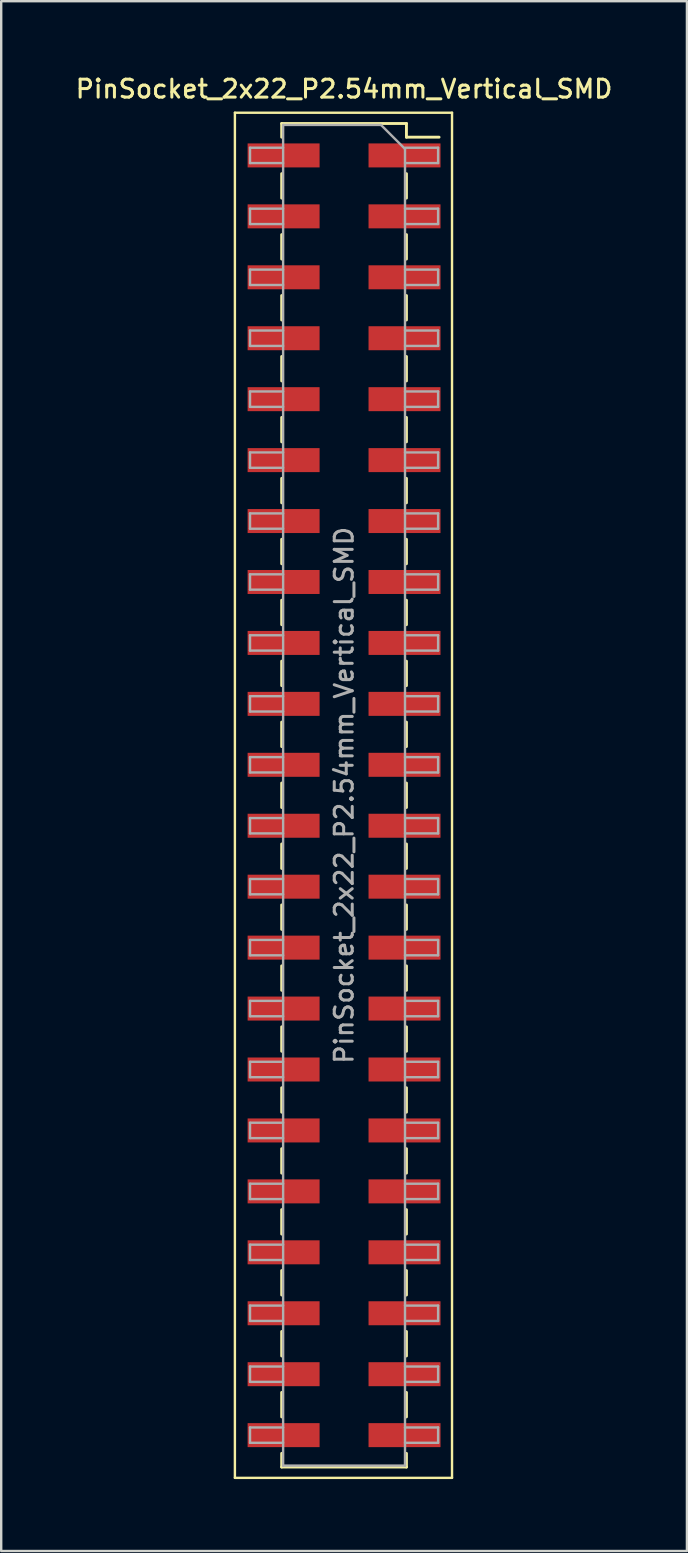
<source format=kicad_pcb>
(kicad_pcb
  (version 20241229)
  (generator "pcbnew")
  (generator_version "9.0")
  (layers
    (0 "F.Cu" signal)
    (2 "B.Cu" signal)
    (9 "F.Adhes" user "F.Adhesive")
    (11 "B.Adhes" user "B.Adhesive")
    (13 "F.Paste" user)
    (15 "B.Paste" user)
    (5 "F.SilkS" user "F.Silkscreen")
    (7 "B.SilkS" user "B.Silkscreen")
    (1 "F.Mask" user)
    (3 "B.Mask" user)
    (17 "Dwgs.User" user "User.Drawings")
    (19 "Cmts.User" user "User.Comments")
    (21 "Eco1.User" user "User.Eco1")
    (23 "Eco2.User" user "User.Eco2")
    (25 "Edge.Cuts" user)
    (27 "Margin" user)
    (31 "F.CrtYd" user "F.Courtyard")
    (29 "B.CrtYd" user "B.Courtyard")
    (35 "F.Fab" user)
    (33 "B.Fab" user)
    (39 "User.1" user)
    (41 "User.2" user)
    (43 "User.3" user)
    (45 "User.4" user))
  (footprint "PinSocket_2x22_P2.54mm_Vertical_SMD"
    (layer "F.Cu")
    (at 11.291 30.098)
    (property "Reference" "PinSocket_2x22_P2.54mm_Vertical_SMD" (at 0 -29.44 0) (layer "F.SilkS") (effects (font (size 0.75 0.75) (thickness 0.125))))
    (attr smd)
    (fp_line (start -4.55 -28.45) (end 4.5 -28.45) (stroke (width 0.1) (type solid)) (layer "F.SilkS"))
    (fp_line (start -4.55 28.45) (end -4.55 -28.45) (stroke (width 0.1) (type solid)) (layer "F.SilkS"))
    (fp_line (start -2.6 -28) (end -2.6 -27.43) (stroke (width 0.12) (type solid)) (layer "F.SilkS"))
    (fp_line (start -2.6 -28) (end 2.6 -28) (stroke (width 0.12) (type solid)) (layer "F.SilkS"))
    (fp_line (start -2.6 -25.91) (end -2.6 -24.89) (stroke (width 0.12) (type solid)) (layer "F.SilkS"))
    (fp_line (start -2.6 -23.37) (end -2.6 -22.35) (stroke (width 0.12) (type solid)) (layer "F.SilkS"))
    (fp_line (start -2.6 -20.83) (end -2.6 -19.81) (stroke (width 0.12) (type solid)) (layer "F.SilkS"))
    (fp_line (start -2.6 -18.29) (end -2.6 -17.27) (stroke (width 0.12) (type solid)) (layer "F.SilkS"))
    (fp_line (start -2.6 -15.75) (end -2.6 -14.73) (stroke (width 0.12) (type solid)) (layer "F.SilkS"))
    (fp_line (start -2.6 -13.21) (end -2.6 -12.19) (stroke (width 0.12) (type solid)) (layer "F.SilkS"))
    (fp_line (start -2.6 -10.67) (end -2.6 -9.65) (stroke (width 0.12) (type solid)) (layer "F.SilkS"))
    (fp_line (start -2.6 -8.13) (end -2.6 -7.11) (stroke (width 0.12) (type solid)) (layer "F.SilkS"))
    (fp_line (start -2.6 -5.59) (end -2.6 -4.57) (stroke (width 0.12) (type solid)) (layer "F.SilkS"))
    (fp_line (start -2.6 -3.05) (end -2.6 -2.03) (stroke (width 0.12) (type solid)) (layer "F.SilkS"))
    (fp_line (start -2.6 -0.51) (end -2.6 0.51) (stroke (width 0.12) (type solid)) (layer "F.SilkS"))
    (fp_line (start -2.6 2.03) (end -2.6 3.05) (stroke (width 0.12) (type solid)) (layer "F.SilkS"))
    (fp_line (start -2.6 4.57) (end -2.6 5.59) (stroke (width 0.12) (type solid)) (layer "F.SilkS"))
    (fp_line (start -2.6 7.11) (end -2.6 8.13) (stroke (width 0.12) (type solid)) (layer "F.SilkS"))
    (fp_line (start -2.6 9.65) (end -2.6 10.67) (stroke (width 0.12) (type solid)) (layer "F.SilkS"))
    (fp_line (start -2.6 12.19) (end -2.6 13.21) (stroke (width 0.12) (type solid)) (layer "F.SilkS"))
    (fp_line (start -2.6 14.73) (end -2.6 15.75) (stroke (width 0.12) (type solid)) (layer "F.SilkS"))
    (fp_line (start -2.6 17.27) (end -2.6 18.29) (stroke (width 0.12) (type solid)) (layer "F.SilkS"))
    (fp_line (start -2.6 19.81) (end -2.6 20.83) (stroke (width 0.12) (type solid)) (layer "F.SilkS"))
    (fp_line (start -2.6 22.35) (end -2.6 23.37) (stroke (width 0.12) (type solid)) (layer "F.SilkS"))
    (fp_line (start -2.6 24.89) (end -2.6 25.91) (stroke (width 0.12) (type solid)) (layer "F.SilkS"))
    (fp_line (start -2.6 27.43) (end -2.6 28) (stroke (width 0.12) (type solid)) (layer "F.SilkS"))
    (fp_line (start -2.6 28) (end 2.6 28) (stroke (width 0.12) (type solid)) (layer "F.SilkS"))
    (fp_line (start 2.6 -28) (end 2.6 -27.43) (stroke (width 0.12) (type solid)) (layer "F.SilkS"))
    (fp_line (start 2.6 -27.43) (end 3.96 -27.43) (stroke (width 0.12) (type solid)) (layer "F.SilkS"))
    (fp_line (start 2.6 -25.91) (end 2.6 -24.89) (stroke (width 0.12) (type solid)) (layer "F.SilkS"))
    (fp_line (start 2.6 -23.37) (end 2.6 -22.35) (stroke (width 0.12) (type solid)) (layer "F.SilkS"))
    (fp_line (start 2.6 -20.83) (end 2.6 -19.81) (stroke (width 0.12) (type solid)) (layer "F.SilkS"))
    (fp_line (start 2.6 -18.29) (end 2.6 -17.27) (stroke (width 0.12) (type solid)) (layer "F.SilkS"))
    (fp_line (start 2.6 -15.75) (end 2.6 -14.73) (stroke (width 0.12) (type solid)) (layer "F.SilkS"))
    (fp_line (start 2.6 -13.21) (end 2.6 -12.19) (stroke (width 0.12) (type solid)) (layer "F.SilkS"))
    (fp_line (start 2.6 -10.67) (end 2.6 -9.65) (stroke (width 0.12) (type solid)) (layer "F.SilkS"))
    (fp_line (start 2.6 -8.13) (end 2.6 -7.11) (stroke (width 0.12) (type solid)) (layer "F.SilkS"))
    (fp_line (start 2.6 -5.59) (end 2.6 -4.57) (stroke (width 0.12) (type solid)) (layer "F.SilkS"))
    (fp_line (start 2.6 -3.05) (end 2.6 -2.03) (stroke (width 0.12) (type solid)) (layer "F.SilkS"))
    (fp_line (start 2.6 -0.51) (end 2.6 0.51) (stroke (width 0.12) (type solid)) (layer "F.SilkS"))
    (fp_line (start 2.6 2.03) (end 2.6 3.05) (stroke (width 0.12) (type solid)) (layer "F.SilkS"))
    (fp_line (start 2.6 4.57) (end 2.6 5.59) (stroke (width 0.12) (type solid)) (layer "F.SilkS"))
    (fp_line (start 2.6 7.11) (end 2.6 8.13) (stroke (width 0.12) (type solid)) (layer "F.SilkS"))
    (fp_line (start 2.6 9.65) (end 2.6 10.67) (stroke (width 0.12) (type solid)) (layer "F.SilkS"))
    (fp_line (start 2.6 12.19) (end 2.6 13.21) (stroke (width 0.12) (type solid)) (layer "F.SilkS"))
    (fp_line (start 2.6 14.73) (end 2.6 15.75) (stroke (width 0.12) (type solid)) (layer "F.SilkS"))
    (fp_line (start 2.6 17.27) (end 2.6 18.29) (stroke (width 0.12) (type solid)) (layer "F.SilkS"))
    (fp_line (start 2.6 19.81) (end 2.6 20.83) (stroke (width 0.12) (type solid)) (layer "F.SilkS"))
    (fp_line (start 2.6 22.35) (end 2.6 23.37) (stroke (width 0.12) (type solid)) (layer "F.SilkS"))
    (fp_line (start 2.6 24.89) (end 2.6 25.91) (stroke (width 0.12) (type solid)) (layer "F.SilkS"))
    (fp_line (start 2.6 27.43) (end 2.6 28) (stroke (width 0.12) (type solid)) (layer "F.SilkS"))
    (fp_line (start 4.5 -28.45) (end 4.5 28.45) (stroke (width 0.1) (type solid)) (layer "F.SilkS"))
    (fp_line (start 4.5 28.45) (end -4.55 28.45) (stroke (width 0.1) (type solid)) (layer "F.SilkS"))
    (fp_line (start -3.92 -26.99) (end -2.54 -26.99) (stroke (width 0.1) (type solid)) (layer "F.Fab"))
    (fp_line (start -3.92 -26.35) (end -3.92 -26.99) (stroke (width 0.1) (type solid)) (layer "F.Fab"))
    (fp_line (start -3.92 -24.45) (end -2.54 -24.45) (stroke (width 0.1) (type solid)) (layer "F.Fab"))
    (fp_line (start -3.92 -23.81) (end -3.92 -24.45) (stroke (width 0.1) (type solid)) (layer "F.Fab"))
    (fp_line (start -3.92 -21.91) (end -2.54 -21.91) (stroke (width 0.1) (type solid)) (layer "F.Fab"))
    (fp_line (start -3.92 -21.27) (end -3.92 -21.91) (stroke (width 0.1) (type solid)) (layer "F.Fab"))
    (fp_line (start -3.92 -19.37) (end -2.54 -19.37) (stroke (width 0.1) (type solid)) (layer "F.Fab"))
    (fp_line (start -3.92 -18.73) (end -3.92 -19.37) (stroke (width 0.1) (type solid)) (layer "F.Fab"))
    (fp_line (start -3.92 -16.83) (end -2.54 -16.83) (stroke (width 0.1) (type solid)) (layer "F.Fab"))
    (fp_line (start -3.92 -16.19) (end -3.92 -16.83) (stroke (width 0.1) (type solid)) (layer "F.Fab"))
    (fp_line (start -3.92 -14.29) (end -2.54 -14.29) (stroke (width 0.1) (type solid)) (layer "F.Fab"))
    (fp_line (start -3.92 -13.65) (end -3.92 -14.29) (stroke (width 0.1) (type solid)) (layer "F.Fab"))
    (fp_line (start -3.92 -11.75) (end -2.54 -11.75) (stroke (width 0.1) (type solid)) (layer "F.Fab"))
    (fp_line (start -3.92 -11.11) (end -3.92 -11.75) (stroke (width 0.1) (type solid)) (layer "F.Fab"))
    (fp_line (start -3.92 -9.21) (end -2.54 -9.21) (stroke (width 0.1) (type solid)) (layer "F.Fab"))
    (fp_line (start -3.92 -8.57) (end -3.92 -9.21) (stroke (width 0.1) (type solid)) (layer "F.Fab"))
    (fp_line (start -3.92 -6.67) (end -2.54 -6.67) (stroke (width 0.1) (type solid)) (layer "F.Fab"))
    (fp_line (start -3.92 -6.03) (end -3.92 -6.67) (stroke (width 0.1) (type solid)) (layer "F.Fab"))
    (fp_line (start -3.92 -4.13) (end -2.54 -4.13) (stroke (width 0.1) (type solid)) (layer "F.Fab"))
    (fp_line (start -3.92 -3.49) (end -3.92 -4.13) (stroke (width 0.1) (type solid)) (layer "F.Fab"))
    (fp_line (start -3.92 -1.59) (end -2.54 -1.59) (stroke (width 0.1) (type solid)) (layer "F.Fab"))
    (fp_line (start -3.92 -0.95) (end -3.92 -1.59) (stroke (width 0.1) (type solid)) (layer "F.Fab"))
    (fp_line (start -3.92 0.95) (end -2.54 0.95) (stroke (width 0.1) (type solid)) (layer "F.Fab"))
    (fp_line (start -3.92 1.59) (end -3.92 0.95) (stroke (width 0.1) (type solid)) (layer "F.Fab"))
    (fp_line (start -3.92 3.49) (end -2.54 3.49) (stroke (width 0.1) (type solid)) (layer "F.Fab"))
    (fp_line (start -3.92 4.13) (end -3.92 3.49) (stroke (width 0.1) (type solid)) (layer "F.Fab"))
    (fp_line (start -3.92 6.03) (end -2.54 6.03) (stroke (width 0.1) (type solid)) (layer "F.Fab"))
    (fp_line (start -3.92 6.67) (end -3.92 6.03) (stroke (width 0.1) (type solid)) (layer "F.Fab"))
    (fp_line (start -3.92 8.57) (end -2.54 8.57) (stroke (width 0.1) (type solid)) (layer "F.Fab"))
    (fp_line (start -3.92 9.21) (end -3.92 8.57) (stroke (width 0.1) (type solid)) (layer "F.Fab"))
    (fp_line (start -3.92 11.11) (end -2.54 11.11) (stroke (width 0.1) (type solid)) (layer "F.Fab"))
    (fp_line (start -3.92 11.75) (end -3.92 11.11) (stroke (width 0.1) (type solid)) (layer "F.Fab"))
    (fp_line (start -3.92 13.65) (end -2.54 13.65) (stroke (width 0.1) (type solid)) (layer "F.Fab"))
    (fp_line (start -3.92 14.29) (end -3.92 13.65) (stroke (width 0.1) (type solid)) (layer "F.Fab"))
    (fp_line (start -3.92 16.19) (end -2.54 16.19) (stroke (width 0.1) (type solid)) (layer "F.Fab"))
    (fp_line (start -3.92 16.83) (end -3.92 16.19) (stroke (width 0.1) (type solid)) (layer "F.Fab"))
    (fp_line (start -3.92 18.73) (end -2.54 18.73) (stroke (width 0.1) (type solid)) (layer "F.Fab"))
    (fp_line (start -3.92 19.37) (end -3.92 18.73) (stroke (width 0.1) (type solid)) (layer "F.Fab"))
    (fp_line (start -3.92 21.27) (end -2.54 21.27) (stroke (width 0.1) (type solid)) (layer "F.Fab"))
    (fp_line (start -3.92 21.91) (end -3.92 21.27) (stroke (width 0.1) (type solid)) (layer "F.Fab"))
    (fp_line (start -3.92 23.81) (end -2.54 23.81) (stroke (width 0.1) (type solid)) (layer "F.Fab"))
    (fp_line (start -3.92 24.45) (end -3.92 23.81) (stroke (width 0.1) (type solid)) (layer "F.Fab"))
    (fp_line (start -3.92 26.35) (end -2.54 26.35) (stroke (width 0.1) (type solid)) (layer "F.Fab"))
    (fp_line (start -3.92 26.99) (end -3.92 26.35) (stroke (width 0.1) (type solid)) (layer "F.Fab"))
    (fp_line (start -2.54 -27.94) (end 1.54 -27.94) (stroke (width 0.1) (type solid)) (layer "F.Fab"))
    (fp_line (start -2.54 -26.35) (end -3.92 -26.35) (stroke (width 0.1) (type solid)) (layer "F.Fab"))
    (fp_line (start -2.54 -23.81) (end -3.92 -23.81) (stroke (width 0.1) (type solid)) (layer "F.Fab"))
    (fp_line (start -2.54 -21.27) (end -3.92 -21.27) (stroke (width 0.1) (type solid)) (layer "F.Fab"))
    (fp_line (start -2.54 -18.73) (end -3.92 -18.73) (stroke (width 0.1) (type solid)) (layer "F.Fab"))
    (fp_line (start -2.54 -16.19) (end -3.92 -16.19) (stroke (width 0.1) (type solid)) (layer "F.Fab"))
    (fp_line (start -2.54 -13.65) (end -3.92 -13.65) (stroke (width 0.1) (type solid)) (layer "F.Fab"))
    (fp_line (start -2.54 -11.11) (end -3.92 -11.11) (stroke (width 0.1) (type solid)) (layer "F.Fab"))
    (fp_line (start -2.54 -8.57) (end -3.92 -8.57) (stroke (width 0.1) (type solid)) (layer "F.Fab"))
    (fp_line (start -2.54 -6.03) (end -3.92 -6.03) (stroke (width 0.1) (type solid)) (layer "F.Fab"))
    (fp_line (start -2.54 -3.49) (end -3.92 -3.49) (stroke (width 0.1) (type solid)) (layer "F.Fab"))
    (fp_line (start -2.54 -0.95) (end -3.92 -0.95) (stroke (width 0.1) (type solid)) (layer "F.Fab"))
    (fp_line (start -2.54 1.59) (end -3.92 1.59) (stroke (width 0.1) (type solid)) (layer "F.Fab"))
    (fp_line (start -2.54 4.13) (end -3.92 4.13) (stroke (width 0.1) (type solid)) (layer "F.Fab"))
    (fp_line (start -2.54 6.67) (end -3.92 6.67) (stroke (width 0.1) (type solid)) (layer "F.Fab"))
    (fp_line (start -2.54 9.21) (end -3.92 9.21) (stroke (width 0.1) (type solid)) (layer "F.Fab"))
    (fp_line (start -2.54 11.75) (end -3.92 11.75) (stroke (width 0.1) (type solid)) (layer "F.Fab"))
    (fp_line (start -2.54 14.29) (end -3.92 14.29) (stroke (width 0.1) (type solid)) (layer "F.Fab"))
    (fp_line (start -2.54 16.83) (end -3.92 16.83) (stroke (width 0.1) (type solid)) (layer "F.Fab"))
    (fp_line (start -2.54 19.37) (end -3.92 19.37) (stroke (width 0.1) (type solid)) (layer "F.Fab"))
    (fp_line (start -2.54 21.91) (end -3.92 21.91) (stroke (width 0.1) (type solid)) (layer "F.Fab"))
    (fp_line (start -2.54 24.45) (end -3.92 24.45) (stroke (width 0.1) (type solid)) (layer "F.Fab"))
    (fp_line (start -2.54 26.99) (end -3.92 26.99) (stroke (width 0.1) (type solid)) (layer "F.Fab"))
    (fp_line (start -2.54 27.94) (end -2.54 -27.94) (stroke (width 0.1) (type solid)) (layer "F.Fab"))
    (fp_line (start 1.54 -27.94) (end 2.54 -26.94) (stroke (width 0.1) (type solid)) (layer "F.Fab"))
    (fp_line (start 2.54 -26.99) (end 3.92 -26.99) (stroke (width 0.1) (type solid)) (layer "F.Fab"))
    (fp_line (start 2.54 -26.94) (end 2.54 27.94) (stroke (width 0.1) (type solid)) (layer "F.Fab"))
    (fp_line (start 2.54 -24.45) (end 3.92 -24.45) (stroke (width 0.1) (type solid)) (layer "F.Fab"))
    (fp_line (start 2.54 -21.91) (end 3.92 -21.91) (stroke (width 0.1) (type solid)) (layer "F.Fab"))
    (fp_line (start 2.54 -19.37) (end 3.92 -19.37) (stroke (width 0.1) (type solid)) (layer "F.Fab"))
    (fp_line (start 2.54 -16.83) (end 3.92 -16.83) (stroke (width 0.1) (type solid)) (layer "F.Fab"))
    (fp_line (start 2.54 -14.29) (end 3.92 -14.29) (stroke (width 0.1) (type solid)) (layer "F.Fab"))
    (fp_line (start 2.54 -11.75) (end 3.92 -11.75) (stroke (width 0.1) (type solid)) (layer "F.Fab"))
    (fp_line (start 2.54 -9.21) (end 3.92 -9.21) (stroke (width 0.1) (type solid)) (layer "F.Fab"))
    (fp_line (start 2.54 -6.67) (end 3.92 -6.67) (stroke (width 0.1) (type solid)) (layer "F.Fab"))
    (fp_line (start 2.54 -4.13) (end 3.92 -4.13) (stroke (width 0.1) (type solid)) (layer "F.Fab"))
    (fp_line (start 2.54 -1.59) (end 3.92 -1.59) (stroke (width 0.1) (type solid)) (layer "F.Fab"))
    (fp_line (start 2.54 0.95) (end 3.92 0.95) (stroke (width 0.1) (type solid)) (layer "F.Fab"))
    (fp_line (start 2.54 3.49) (end 3.92 3.49) (stroke (width 0.1) (type solid)) (layer "F.Fab"))
    (fp_line (start 2.54 6.03) (end 3.92 6.03) (stroke (width 0.1) (type solid)) (layer "F.Fab"))
    (fp_line (start 2.54 8.57) (end 3.92 8.57) (stroke (width 0.1) (type solid)) (layer "F.Fab"))
    (fp_line (start 2.54 11.11) (end 3.92 11.11) (stroke (width 0.1) (type solid)) (layer "F.Fab"))
    (fp_line (start 2.54 13.65) (end 3.92 13.65) (stroke (width 0.1) (type solid)) (layer "F.Fab"))
    (fp_line (start 2.54 16.19) (end 3.92 16.19) (stroke (width 0.1) (type solid)) (layer "F.Fab"))
    (fp_line (start 2.54 18.73) (end 3.92 18.73) (stroke (width 0.1) (type solid)) (layer "F.Fab"))
    (fp_line (start 2.54 21.27) (end 3.92 21.27) (stroke (width 0.1) (type solid)) (layer "F.Fab"))
    (fp_line (start 2.54 23.81) (end 3.92 23.81) (stroke (width 0.1) (type solid)) (layer "F.Fab"))
    (fp_line (start 2.54 26.35) (end 3.92 26.35) (stroke (width 0.1) (type solid)) (layer "F.Fab"))
    (fp_line (start 2.54 27.94) (end -2.54 27.94) (stroke (width 0.1) (type solid)) (layer "F.Fab"))
    (fp_line (start 3.92 -26.99) (end 3.92 -26.35) (stroke (width 0.1) (type solid)) (layer "F.Fab"))
    (fp_line (start 3.92 -26.35) (end 2.54 -26.35) (stroke (width 0.1) (type solid)) (layer "F.Fab"))
    (fp_line (start 3.92 -24.45) (end 3.92 -23.81) (stroke (width 0.1) (type solid)) (layer "F.Fab"))
    (fp_line (start 3.92 -23.81) (end 2.54 -23.81) (stroke (width 0.1) (type solid)) (layer "F.Fab"))
    (fp_line (start 3.92 -21.91) (end 3.92 -21.27) (stroke (width 0.1) (type solid)) (layer "F.Fab"))
    (fp_line (start 3.92 -21.27) (end 2.54 -21.27) (stroke (width 0.1) (type solid)) (layer "F.Fab"))
    (fp_line (start 3.92 -19.37) (end 3.92 -18.73) (stroke (width 0.1) (type solid)) (layer "F.Fab"))
    (fp_line (start 3.92 -18.73) (end 2.54 -18.73) (stroke (width 0.1) (type solid)) (layer "F.Fab"))
    (fp_line (start 3.92 -16.83) (end 3.92 -16.19) (stroke (width 0.1) (type solid)) (layer "F.Fab"))
    (fp_line (start 3.92 -16.19) (end 2.54 -16.19) (stroke (width 0.1) (type solid)) (layer "F.Fab"))
    (fp_line (start 3.92 -14.29) (end 3.92 -13.65) (stroke (width 0.1) (type solid)) (layer "F.Fab"))
    (fp_line (start 3.92 -13.65) (end 2.54 -13.65) (stroke (width 0.1) (type solid)) (layer "F.Fab"))
    (fp_line (start 3.92 -11.75) (end 3.92 -11.11) (stroke (width 0.1) (type solid)) (layer "F.Fab"))
    (fp_line (start 3.92 -11.11) (end 2.54 -11.11) (stroke (width 0.1) (type solid)) (layer "F.Fab"))
    (fp_line (start 3.92 -9.21) (end 3.92 -8.57) (stroke (width 0.1) (type solid)) (layer "F.Fab"))
    (fp_line (start 3.92 -8.57) (end 2.54 -8.57) (stroke (width 0.1) (type solid)) (layer "F.Fab"))
    (fp_line (start 3.92 -6.67) (end 3.92 -6.03) (stroke (width 0.1) (type solid)) (layer "F.Fab"))
    (fp_line (start 3.92 -6.03) (end 2.54 -6.03) (stroke (width 0.1) (type solid)) (layer "F.Fab"))
    (fp_line (start 3.92 -4.13) (end 3.92 -3.49) (stroke (width 0.1) (type solid)) (layer "F.Fab"))
    (fp_line (start 3.92 -3.49) (end 2.54 -3.49) (stroke (width 0.1) (type solid)) (layer "F.Fab"))
    (fp_line (start 3.92 -1.59) (end 3.92 -0.95) (stroke (width 0.1) (type solid)) (layer "F.Fab"))
    (fp_line (start 3.92 -0.95) (end 2.54 -0.95) (stroke (width 0.1) (type solid)) (layer "F.Fab"))
    (fp_line (start 3.92 0.95) (end 3.92 1.59) (stroke (width 0.1) (type solid)) (layer "F.Fab"))
    (fp_line (start 3.92 1.59) (end 2.54 1.59) (stroke (width 0.1) (type solid)) (layer "F.Fab"))
    (fp_line (start 3.92 3.49) (end 3.92 4.13) (stroke (width 0.1) (type solid)) (layer "F.Fab"))
    (fp_line (start 3.92 4.13) (end 2.54 4.13) (stroke (width 0.1) (type solid)) (layer "F.Fab"))
    (fp_line (start 3.92 6.03) (end 3.92 6.67) (stroke (width 0.1) (type solid)) (layer "F.Fab"))
    (fp_line (start 3.92 6.67) (end 2.54 6.67) (stroke (width 0.1) (type solid)) (layer "F.Fab"))
    (fp_line (start 3.92 8.57) (end 3.92 9.21) (stroke (width 0.1) (type solid)) (layer "F.Fab"))
    (fp_line (start 3.92 9.21) (end 2.54 9.21) (stroke (width 0.1) (type solid)) (layer "F.Fab"))
    (fp_line (start 3.92 11.11) (end 3.92 11.75) (stroke (width 0.1) (type solid)) (layer "F.Fab"))
    (fp_line (start 3.92 11.75) (end 2.54 11.75) (stroke (width 0.1) (type solid)) (layer "F.Fab"))
    (fp_line (start 3.92 13.65) (end 3.92 14.29) (stroke (width 0.1) (type solid)) (layer "F.Fab"))
    (fp_line (start 3.92 14.29) (end 2.54 14.29) (stroke (width 0.1) (type solid)) (layer "F.Fab"))
    (fp_line (start 3.92 16.19) (end 3.92 16.83) (stroke (width 0.1) (type solid)) (layer "F.Fab"))
    (fp_line (start 3.92 16.83) (end 2.54 16.83) (stroke (width 0.1) (type solid)) (layer "F.Fab"))
    (fp_line (start 3.92 18.73) (end 3.92 19.37) (stroke (width 0.1) (type solid)) (layer "F.Fab"))
    (fp_line (start 3.92 19.37) (end 2.54 19.37) (stroke (width 0.1) (type solid)) (layer "F.Fab"))
    (fp_line (start 3.92 21.27) (end 3.92 21.91) (stroke (width 0.1) (type solid)) (layer "F.Fab"))
    (fp_line (start 3.92 21.91) (end 2.54 21.91) (stroke (width 0.1) (type solid)) (layer "F.Fab"))
    (fp_line (start 3.92 23.81) (end 3.92 24.45) (stroke (width 0.1) (type solid)) (layer "F.Fab"))
    (fp_line (start 3.92 24.45) (end 2.54 24.45) (stroke (width 0.1) (type solid)) (layer "F.Fab"))
    (fp_line (start 3.92 26.35) (end 3.92 26.99) (stroke (width 0.1) (type solid)) (layer "F.Fab"))
    (fp_line (start 3.92 26.99) (end 2.54 26.99) (stroke (width 0.1) (type solid)) (layer "F.Fab"))
    (fp_text user "${REFERENCE}" (at 0 0 90) (layer "F.Fab") (effects (font (size 0.75 0.75) (thickness 0.125))))
    (pad "1" smd rect (at 2.52 -26.67) (size 3 1) (layers "F.Cu" "F.Mask" "F.Paste"))
    (pad "2" smd rect (at -2.52 -26.67) (size 3 1) (layers "F.Cu" "F.Mask" "F.Paste"))
    (pad "3" smd rect (at 2.52 -24.13) (size 3 1) (layers "F.Cu" "F.Mask" "F.Paste"))
    (pad "4" smd rect (at -2.52 -24.13) (size 3 1) (layers "F.Cu" "F.Mask" "F.Paste"))
    (pad "5" smd rect (at 2.52 -21.59) (size 3 1) (layers "F.Cu" "F.Mask" "F.Paste"))
    (pad "6" smd rect (at -2.52 -21.59) (size 3 1) (layers "F.Cu" "F.Mask" "F.Paste"))
    (pad "7" smd rect (at 2.52 -19.05) (size 3 1) (layers "F.Cu" "F.Mask" "F.Paste"))
    (pad "8" smd rect (at -2.52 -19.05) (size 3 1) (layers "F.Cu" "F.Mask" "F.Paste"))
    (pad "9" smd rect (at 2.52 -16.51) (size 3 1) (layers "F.Cu" "F.Mask" "F.Paste"))
    (pad "10" smd rect (at -2.52 -16.51) (size 3 1) (layers "F.Cu" "F.Mask" "F.Paste"))
    (pad "11" smd rect (at 2.52 -13.97) (size 3 1) (layers "F.Cu" "F.Mask" "F.Paste"))
    (pad "12" smd rect (at -2.52 -13.97) (size 3 1) (layers "F.Cu" "F.Mask" "F.Paste"))
    (pad "13" smd rect (at 2.52 -11.43) (size 3 1) (layers "F.Cu" "F.Mask" "F.Paste"))
    (pad "14" smd rect (at -2.52 -11.43) (size 3 1) (layers "F.Cu" "F.Mask" "F.Paste"))
    (pad "15" smd rect (at 2.52 -8.89) (size 3 1) (layers "F.Cu" "F.Mask" "F.Paste"))
    (pad "16" smd rect (at -2.52 -8.89) (size 3 1) (layers "F.Cu" "F.Mask" "F.Paste"))
    (pad "17" smd rect (at 2.52 -6.35) (size 3 1) (layers "F.Cu" "F.Mask" "F.Paste"))
    (pad "18" smd rect (at -2.52 -6.35) (size 3 1) (layers "F.Cu" "F.Mask" "F.Paste"))
    (pad "19" smd rect (at 2.52 -3.81) (size 3 1) (layers "F.Cu" "F.Mask" "F.Paste"))
    (pad "20" smd rect (at -2.52 -3.81) (size 3 1) (layers "F.Cu" "F.Mask" "F.Paste"))
    (pad "21" smd rect (at 2.52 -1.27) (size 3 1) (layers "F.Cu" "F.Mask" "F.Paste"))
    (pad "22" smd rect (at -2.52 -1.27) (size 3 1) (layers "F.Cu" "F.Mask" "F.Paste"))
    (pad "23" smd rect (at 2.52 1.27) (size 3 1) (layers "F.Cu" "F.Mask" "F.Paste"))
    (pad "24" smd rect (at -2.52 1.27) (size 3 1) (layers "F.Cu" "F.Mask" "F.Paste"))
    (pad "25" smd rect (at 2.52 3.81) (size 3 1) (layers "F.Cu" "F.Mask" "F.Paste"))
    (pad "26" smd rect (at -2.52 3.81) (size 3 1) (layers "F.Cu" "F.Mask" "F.Paste"))
    (pad "27" smd rect (at 2.52 6.35) (size 3 1) (layers "F.Cu" "F.Mask" "F.Paste"))
    (pad "28" smd rect (at -2.52 6.35) (size 3 1) (layers "F.Cu" "F.Mask" "F.Paste"))
    (pad "29" smd rect (at 2.52 8.89) (size 3 1) (layers "F.Cu" "F.Mask" "F.Paste"))
    (pad "30" smd rect (at -2.52 8.89) (size 3 1) (layers "F.Cu" "F.Mask" "F.Paste"))
    (pad "31" smd rect (at 2.52 11.43) (size 3 1) (layers "F.Cu" "F.Mask" "F.Paste"))
    (pad "32" smd rect (at -2.52 11.43) (size 3 1) (layers "F.Cu" "F.Mask" "F.Paste"))
    (pad "33" smd rect (at 2.52 13.97) (size 3 1) (layers "F.Cu" "F.Mask" "F.Paste"))
    (pad "34" smd rect (at -2.52 13.97) (size 3 1) (layers "F.Cu" "F.Mask" "F.Paste"))
    (pad "35" smd rect (at 2.52 16.51) (size 3 1) (layers "F.Cu" "F.Mask" "F.Paste"))
    (pad "36" smd rect (at -2.52 16.51) (size 3 1) (layers "F.Cu" "F.Mask" "F.Paste"))
    (pad "37" smd rect (at 2.52 19.05) (size 3 1) (layers "F.Cu" "F.Mask" "F.Paste"))
    (pad "38" smd rect (at -2.52 19.05) (size 3 1) (layers "F.Cu" "F.Mask" "F.Paste"))
    (pad "39" smd rect (at 2.52 21.59) (size 3 1) (layers "F.Cu" "F.Mask" "F.Paste"))
    (pad "40" smd rect (at -2.52 21.59) (size 3 1) (layers "F.Cu" "F.Mask" "F.Paste"))
    (pad "41" smd rect (at 2.52 24.13) (size 3 1) (layers "F.Cu" "F.Mask" "F.Paste"))
    (pad "42" smd rect (at -2.52 24.13) (size 3 1) (layers "F.Cu" "F.Mask" "F.Paste"))
    (pad "43" smd rect (at 2.52 26.67) (size 3 1) (layers "F.Cu" "F.Mask" "F.Paste"))
    (pad "44" smd rect (at -2.52 26.67) (size 3 1) (layers "F.Cu" "F.Mask" "F.Paste")))
  (gr_rect
    (start -3 -3)
    (end 25.582 61.598)
    (stroke (width 0.1) (type default))
    (fill no)
    (layer "Edge.Cuts")))
</source>
